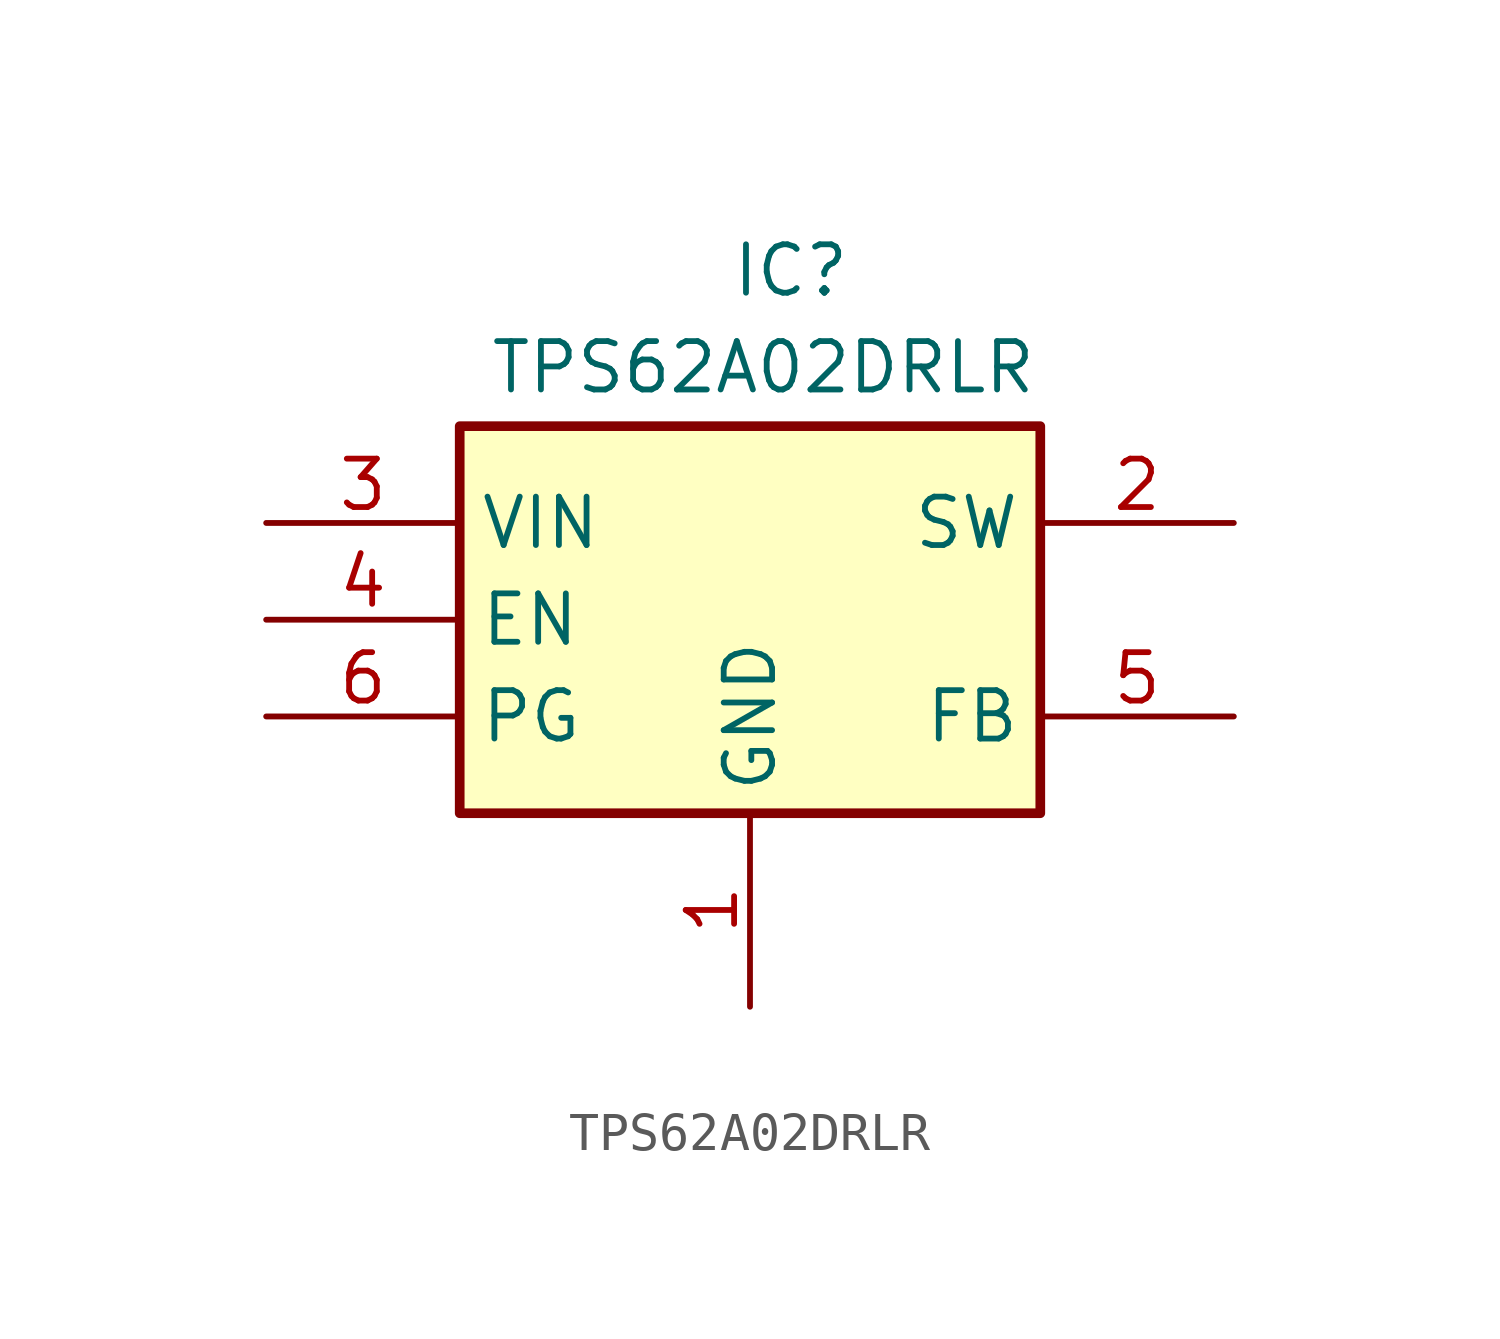
<source format=kicad_sym>
(kicad_symbol_lib
  (version 20231120)
  (generator "kicad_symbol_editor")
  (generator_version "8.0")
  (symbol "TPS62A02DRLR"
    (property "Reference" "IC"
      (at 12.192 7.366 0)
      (effects (font (size 1.27 1.27)) (justify left top)))
    (property "Value" "TPS62A02DRLR"
      (at 5.842 4.826 0)
      (effects (font (size 1.27 1.27)) (justify left top)))
    (symbol "TPS62A02DRLR_1_1"
      (rectangle (start 5.08 2.54) (end 20.32 -7.62) (stroke (width 0.254) (type default)) (fill (type background)))
      (pin passive line (at 12.7 -12.7 90) (length 5.08) (name "GND" (effects (font (size 1.27 1.27)))) (number "1" (effects (font (size 1.27 1.27)))))
      (pin passive line (at 25.4 0 180) (length 5.08) (name "SW" (effects (font (size 1.27 1.27)))) (number "2" (effects (font (size 1.27 1.27)))))
      (pin passive line (at 0 0 0) (length 5.08) (name "VIN" (effects (font (size 1.27 1.27)))) (number "3" (effects (font (size 1.27 1.27)))))
      (pin passive line (at 0 -2.54 0) (length 5.08) (name "EN" (effects (font (size 1.27 1.27)))) (number "4" (effects (font (size 1.27 1.27)))))
      (pin passive line (at 25.4 -5.08 180) (length 5.08) (name "FB" (effects (font (size 1.27 1.27)))) (number "5" (effects (font (size 1.27 1.27)))))
      (pin passive line (at 0 -5.08 0) (length 5.08) (name "PG" (effects (font (size 1.27 1.27)))) (number "6" (effects (font (size 1.27 1.27))))))))
</source>
